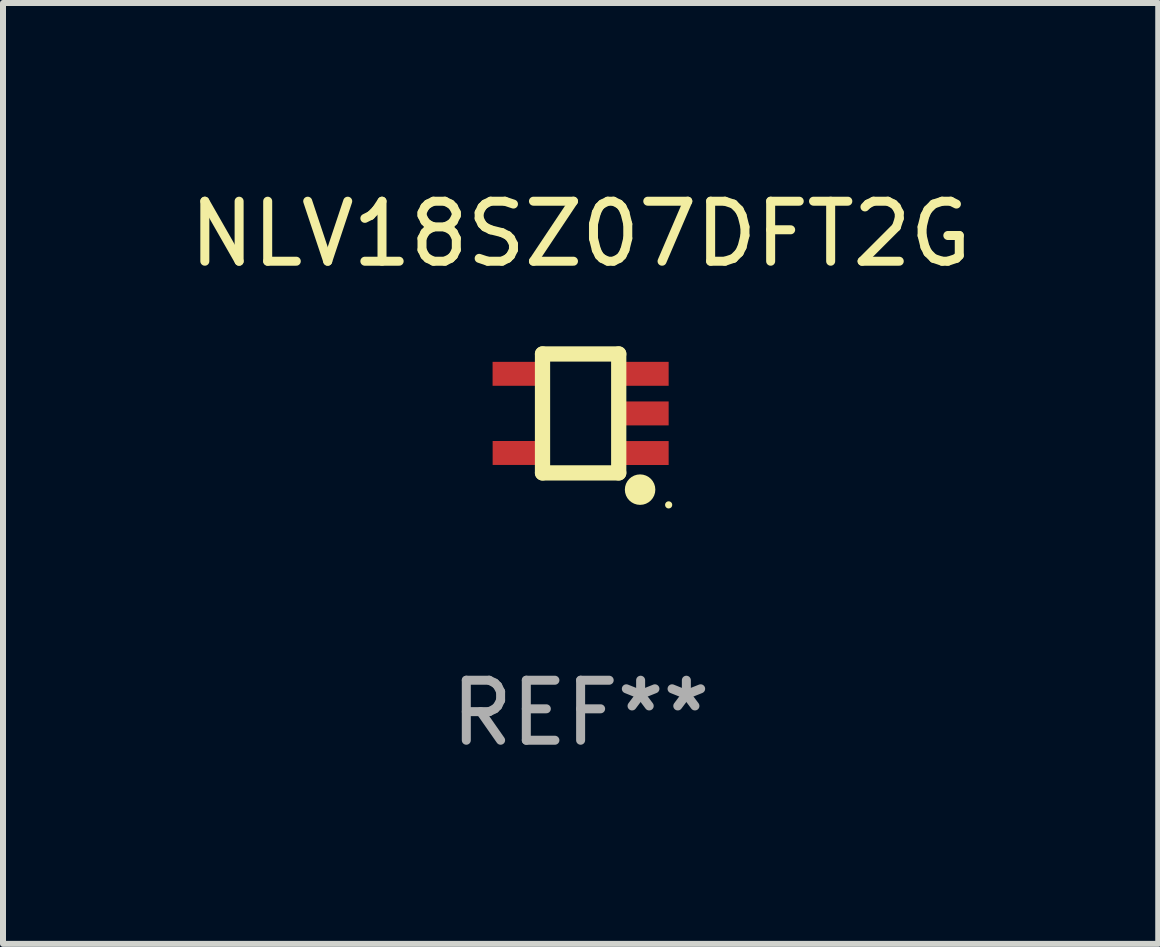
<source format=kicad_pcb>
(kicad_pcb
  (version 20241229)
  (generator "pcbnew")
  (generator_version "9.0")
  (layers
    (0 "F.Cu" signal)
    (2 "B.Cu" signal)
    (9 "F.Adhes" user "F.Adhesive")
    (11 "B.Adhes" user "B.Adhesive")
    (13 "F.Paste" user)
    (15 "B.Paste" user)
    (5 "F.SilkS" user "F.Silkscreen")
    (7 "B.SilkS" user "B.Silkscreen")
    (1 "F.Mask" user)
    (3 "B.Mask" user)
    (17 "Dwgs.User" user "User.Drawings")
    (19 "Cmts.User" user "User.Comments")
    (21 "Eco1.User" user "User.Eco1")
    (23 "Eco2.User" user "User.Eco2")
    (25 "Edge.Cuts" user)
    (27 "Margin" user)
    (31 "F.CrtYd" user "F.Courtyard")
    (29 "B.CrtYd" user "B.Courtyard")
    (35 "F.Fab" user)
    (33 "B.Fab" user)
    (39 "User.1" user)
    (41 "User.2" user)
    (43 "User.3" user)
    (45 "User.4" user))
  (footprint "NLV18SZ07DFT2G"
    (layer "F.Cu")
    (at 6.625 3.839)
    (property "Reference" "NLV18SZ07DFT2G" (at 0 -2.991 0) (layer "F.SilkS") (effects (font (size 1 1) (thickness 0.15))))
    (attr through_hole)
    (fp_line (start -0.635 -0.991) (end 0.635 -0.991) (stroke (width 0.254) (type solid)) (layer "F.SilkS"))
    (fp_line (start -0.635 0.991) (end -0.635 -0.991) (stroke (width 0.254) (type solid)) (layer "F.SilkS"))
    (fp_line (start 0.635 -0.991) (end 0.635 0.991) (stroke (width 0.254) (type solid)) (layer "F.SilkS"))
    (fp_line (start 0.635 0.991) (end -0.635 0.991) (stroke (width 0.254) (type solid)) (layer "F.SilkS"))
    (fp_circle (center 0.991 1.27) (end 1.118 1.27) (stroke (width 0.254) (type solid)) (fill no) (layer "F.SilkS"))
    (fp_circle (center 1.467 1.524) (end 1.497 1.524) (stroke (width 0.06) (type solid)) (fill no) (layer "F.SilkS"))
    (fp_text user "REF**" (at 0 4.991 0) (layer "F.Fab") (effects (font (size 1 1) (thickness 0.15))))
    (pad "1" smd rect (at 1.067 0.66 180) (size 0.8 0.399) (layers "F.Cu" "F.Mask" "F.Paste"))
    (pad "2" smd rect (at 1.067 0 180) (size 0.8 0.399) (layers "F.Cu" "F.Mask" "F.Paste"))
    (pad "3" smd rect (at 1.067 -0.66 180) (size 0.8 0.399) (layers "F.Cu" "F.Mask" "F.Paste"))
    (pad "4" smd rect (at -1.067 -0.66 180) (size 0.8 0.399) (layers "F.Cu" "F.Mask" "F.Paste"))
    (pad "5" smd rect (at -1.066 0.659 180) (size 0.8 0.399) (layers "F.Cu" "F.Mask" "F.Paste")))
  (gr_rect
    (start -3 -3)
    (end 16.25 12.678)
    (stroke (width 0.1) (type default))
    (fill no)
    (layer "Edge.Cuts")))
</source>
